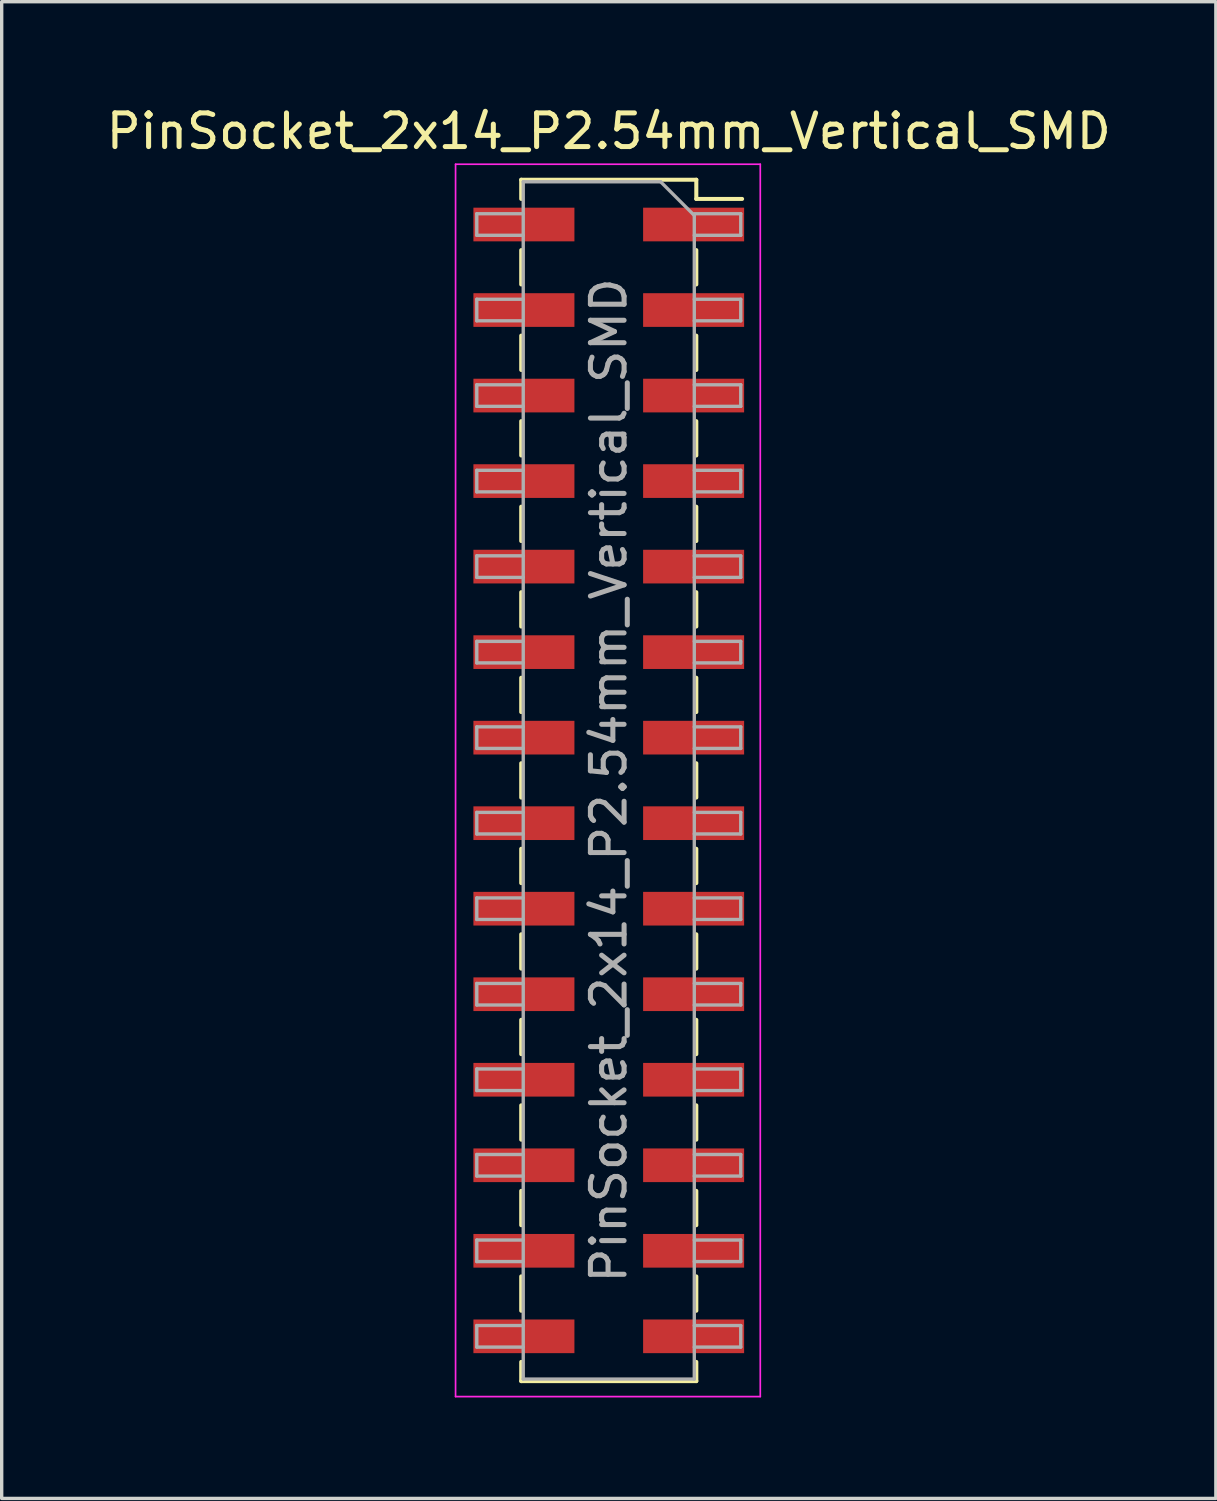
<source format=kicad_pcb>
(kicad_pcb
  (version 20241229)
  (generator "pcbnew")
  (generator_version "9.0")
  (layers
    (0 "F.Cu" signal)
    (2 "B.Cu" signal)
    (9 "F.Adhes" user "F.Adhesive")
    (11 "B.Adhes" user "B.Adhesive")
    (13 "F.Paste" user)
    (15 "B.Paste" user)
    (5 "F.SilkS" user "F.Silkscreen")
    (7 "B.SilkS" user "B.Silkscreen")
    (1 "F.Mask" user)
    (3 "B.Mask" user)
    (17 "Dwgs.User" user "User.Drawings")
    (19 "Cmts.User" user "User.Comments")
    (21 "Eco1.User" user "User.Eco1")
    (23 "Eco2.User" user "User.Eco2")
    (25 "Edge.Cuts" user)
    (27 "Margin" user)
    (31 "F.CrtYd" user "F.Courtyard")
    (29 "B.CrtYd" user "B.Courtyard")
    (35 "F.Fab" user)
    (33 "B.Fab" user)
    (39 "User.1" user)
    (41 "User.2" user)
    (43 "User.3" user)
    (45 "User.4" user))
  (footprint "PinSocket_2x14_P2.54mm_Vertical_SMD"
    (layer "F.Cu")
    (at 15.03 20.128)
    (property "Reference" "PinSocket_2x14_P2.54mm_Vertical_SMD" (at 0 -19.28 0) (layer "F.SilkS") (effects (font (size 1 1) (thickness 0.15))))
    (attr smd)
    (fp_line (start -2.6 -17.84) (end -2.6 -17.27) (stroke (width 0.12) (type solid)) (layer "F.SilkS"))
    (fp_line (start -2.6 -17.84) (end 2.6 -17.84) (stroke (width 0.12) (type solid)) (layer "F.SilkS"))
    (fp_line (start -2.6 -15.75) (end -2.6 -14.73) (stroke (width 0.12) (type solid)) (layer "F.SilkS"))
    (fp_line (start -2.6 -13.21) (end -2.6 -12.19) (stroke (width 0.12) (type solid)) (layer "F.SilkS"))
    (fp_line (start -2.6 -10.67) (end -2.6 -9.65) (stroke (width 0.12) (type solid)) (layer "F.SilkS"))
    (fp_line (start -2.6 -8.13) (end -2.6 -7.11) (stroke (width 0.12) (type solid)) (layer "F.SilkS"))
    (fp_line (start -2.6 -5.59) (end -2.6 -4.57) (stroke (width 0.12) (type solid)) (layer "F.SilkS"))
    (fp_line (start -2.6 -3.05) (end -2.6 -2.03) (stroke (width 0.12) (type solid)) (layer "F.SilkS"))
    (fp_line (start -2.6 -0.51) (end -2.6 0.51) (stroke (width 0.12) (type solid)) (layer "F.SilkS"))
    (fp_line (start -2.6 2.03) (end -2.6 3.05) (stroke (width 0.12) (type solid)) (layer "F.SilkS"))
    (fp_line (start -2.6 4.57) (end -2.6 5.59) (stroke (width 0.12) (type solid)) (layer "F.SilkS"))
    (fp_line (start -2.6 7.11) (end -2.6 8.13) (stroke (width 0.12) (type solid)) (layer "F.SilkS"))
    (fp_line (start -2.6 9.65) (end -2.6 10.67) (stroke (width 0.12) (type solid)) (layer "F.SilkS"))
    (fp_line (start -2.6 12.19) (end -2.6 13.21) (stroke (width 0.12) (type solid)) (layer "F.SilkS"))
    (fp_line (start -2.6 14.73) (end -2.6 15.75) (stroke (width 0.12) (type solid)) (layer "F.SilkS"))
    (fp_line (start -2.6 17.27) (end -2.6 17.84) (stroke (width 0.12) (type solid)) (layer "F.SilkS"))
    (fp_line (start -2.6 17.84) (end 2.6 17.84) (stroke (width 0.12) (type solid)) (layer "F.SilkS"))
    (fp_line (start 2.6 -17.84) (end 2.6 -17.27) (stroke (width 0.12) (type solid)) (layer "F.SilkS"))
    (fp_line (start 2.6 -17.27) (end 3.96 -17.27) (stroke (width 0.12) (type solid)) (layer "F.SilkS"))
    (fp_line (start 2.6 -15.75) (end 2.6 -14.73) (stroke (width 0.12) (type solid)) (layer "F.SilkS"))
    (fp_line (start 2.6 -13.21) (end 2.6 -12.19) (stroke (width 0.12) (type solid)) (layer "F.SilkS"))
    (fp_line (start 2.6 -10.67) (end 2.6 -9.65) (stroke (width 0.12) (type solid)) (layer "F.SilkS"))
    (fp_line (start 2.6 -8.13) (end 2.6 -7.11) (stroke (width 0.12) (type solid)) (layer "F.SilkS"))
    (fp_line (start 2.6 -5.59) (end 2.6 -4.57) (stroke (width 0.12) (type solid)) (layer "F.SilkS"))
    (fp_line (start 2.6 -3.05) (end 2.6 -2.03) (stroke (width 0.12) (type solid)) (layer "F.SilkS"))
    (fp_line (start 2.6 -0.51) (end 2.6 0.51) (stroke (width 0.12) (type solid)) (layer "F.SilkS"))
    (fp_line (start 2.6 2.03) (end 2.6 3.05) (stroke (width 0.12) (type solid)) (layer "F.SilkS"))
    (fp_line (start 2.6 4.57) (end 2.6 5.59) (stroke (width 0.12) (type solid)) (layer "F.SilkS"))
    (fp_line (start 2.6 7.11) (end 2.6 8.13) (stroke (width 0.12) (type solid)) (layer "F.SilkS"))
    (fp_line (start 2.6 9.65) (end 2.6 10.67) (stroke (width 0.12) (type solid)) (layer "F.SilkS"))
    (fp_line (start 2.6 12.19) (end 2.6 13.21) (stroke (width 0.12) (type solid)) (layer "F.SilkS"))
    (fp_line (start 2.6 14.73) (end 2.6 15.75) (stroke (width 0.12) (type solid)) (layer "F.SilkS"))
    (fp_line (start 2.6 17.27) (end 2.6 17.84) (stroke (width 0.12) (type solid)) (layer "F.SilkS"))
    (fp_line (start -4.55 -18.3) (end 4.5 -18.3) (stroke (width 0.05) (type solid)) (layer "F.CrtYd"))
    (fp_line (start -4.55 18.3) (end -4.55 -18.3) (stroke (width 0.05) (type solid)) (layer "F.CrtYd"))
    (fp_line (start 4.5 -18.3) (end 4.5 18.3) (stroke (width 0.05) (type solid)) (layer "F.CrtYd"))
    (fp_line (start 4.5 18.3) (end -4.55 18.3) (stroke (width 0.05) (type solid)) (layer "F.CrtYd"))
    (fp_line (start -3.92 -16.83) (end -2.54 -16.83) (stroke (width 0.1) (type solid)) (layer "F.Fab"))
    (fp_line (start -3.92 -16.19) (end -3.92 -16.83) (stroke (width 0.1) (type solid)) (layer "F.Fab"))
    (fp_line (start -3.92 -14.29) (end -2.54 -14.29) (stroke (width 0.1) (type solid)) (layer "F.Fab"))
    (fp_line (start -3.92 -13.65) (end -3.92 -14.29) (stroke (width 0.1) (type solid)) (layer "F.Fab"))
    (fp_line (start -3.92 -11.75) (end -2.54 -11.75) (stroke (width 0.1) (type solid)) (layer "F.Fab"))
    (fp_line (start -3.92 -11.11) (end -3.92 -11.75) (stroke (width 0.1) (type solid)) (layer "F.Fab"))
    (fp_line (start -3.92 -9.21) (end -2.54 -9.21) (stroke (width 0.1) (type solid)) (layer "F.Fab"))
    (fp_line (start -3.92 -8.57) (end -3.92 -9.21) (stroke (width 0.1) (type solid)) (layer "F.Fab"))
    (fp_line (start -3.92 -6.67) (end -2.54 -6.67) (stroke (width 0.1) (type solid)) (layer "F.Fab"))
    (fp_line (start -3.92 -6.03) (end -3.92 -6.67) (stroke (width 0.1) (type solid)) (layer "F.Fab"))
    (fp_line (start -3.92 -4.13) (end -2.54 -4.13) (stroke (width 0.1) (type solid)) (layer "F.Fab"))
    (fp_line (start -3.92 -3.49) (end -3.92 -4.13) (stroke (width 0.1) (type solid)) (layer "F.Fab"))
    (fp_line (start -3.92 -1.59) (end -2.54 -1.59) (stroke (width 0.1) (type solid)) (layer "F.Fab"))
    (fp_line (start -3.92 -0.95) (end -3.92 -1.59) (stroke (width 0.1) (type solid)) (layer "F.Fab"))
    (fp_line (start -3.92 0.95) (end -2.54 0.95) (stroke (width 0.1) (type solid)) (layer "F.Fab"))
    (fp_line (start -3.92 1.59) (end -3.92 0.95) (stroke (width 0.1) (type solid)) (layer "F.Fab"))
    (fp_line (start -3.92 3.49) (end -2.54 3.49) (stroke (width 0.1) (type solid)) (layer "F.Fab"))
    (fp_line (start -3.92 4.13) (end -3.92 3.49) (stroke (width 0.1) (type solid)) (layer "F.Fab"))
    (fp_line (start -3.92 6.03) (end -2.54 6.03) (stroke (width 0.1) (type solid)) (layer "F.Fab"))
    (fp_line (start -3.92 6.67) (end -3.92 6.03) (stroke (width 0.1) (type solid)) (layer "F.Fab"))
    (fp_line (start -3.92 8.57) (end -2.54 8.57) (stroke (width 0.1) (type solid)) (layer "F.Fab"))
    (fp_line (start -3.92 9.21) (end -3.92 8.57) (stroke (width 0.1) (type solid)) (layer "F.Fab"))
    (fp_line (start -3.92 11.11) (end -2.54 11.11) (stroke (width 0.1) (type solid)) (layer "F.Fab"))
    (fp_line (start -3.92 11.75) (end -3.92 11.11) (stroke (width 0.1) (type solid)) (layer "F.Fab"))
    (fp_line (start -3.92 13.65) (end -2.54 13.65) (stroke (width 0.1) (type solid)) (layer "F.Fab"))
    (fp_line (start -3.92 14.29) (end -3.92 13.65) (stroke (width 0.1) (type solid)) (layer "F.Fab"))
    (fp_line (start -3.92 16.19) (end -2.54 16.19) (stroke (width 0.1) (type solid)) (layer "F.Fab"))
    (fp_line (start -3.92 16.83) (end -3.92 16.19) (stroke (width 0.1) (type solid)) (layer "F.Fab"))
    (fp_line (start -2.54 -17.78) (end 1.54 -17.78) (stroke (width 0.1) (type solid)) (layer "F.Fab"))
    (fp_line (start -2.54 -16.19) (end -3.92 -16.19) (stroke (width 0.1) (type solid)) (layer "F.Fab"))
    (fp_line (start -2.54 -13.65) (end -3.92 -13.65) (stroke (width 0.1) (type solid)) (layer "F.Fab"))
    (fp_line (start -2.54 -11.11) (end -3.92 -11.11) (stroke (width 0.1) (type solid)) (layer "F.Fab"))
    (fp_line (start -2.54 -8.57) (end -3.92 -8.57) (stroke (width 0.1) (type solid)) (layer "F.Fab"))
    (fp_line (start -2.54 -6.03) (end -3.92 -6.03) (stroke (width 0.1) (type solid)) (layer "F.Fab"))
    (fp_line (start -2.54 -3.49) (end -3.92 -3.49) (stroke (width 0.1) (type solid)) (layer "F.Fab"))
    (fp_line (start -2.54 -0.95) (end -3.92 -0.95) (stroke (width 0.1) (type solid)) (layer "F.Fab"))
    (fp_line (start -2.54 1.59) (end -3.92 1.59) (stroke (width 0.1) (type solid)) (layer "F.Fab"))
    (fp_line (start -2.54 4.13) (end -3.92 4.13) (stroke (width 0.1) (type solid)) (layer "F.Fab"))
    (fp_line (start -2.54 6.67) (end -3.92 6.67) (stroke (width 0.1) (type solid)) (layer "F.Fab"))
    (fp_line (start -2.54 9.21) (end -3.92 9.21) (stroke (width 0.1) (type solid)) (layer "F.Fab"))
    (fp_line (start -2.54 11.75) (end -3.92 11.75) (stroke (width 0.1) (type solid)) (layer "F.Fab"))
    (fp_line (start -2.54 14.29) (end -3.92 14.29) (stroke (width 0.1) (type solid)) (layer "F.Fab"))
    (fp_line (start -2.54 16.83) (end -3.92 16.83) (stroke (width 0.1) (type solid)) (layer "F.Fab"))
    (fp_line (start -2.54 17.78) (end -2.54 -17.78) (stroke (width 0.1) (type solid)) (layer "F.Fab"))
    (fp_line (start 1.54 -17.78) (end 2.54 -16.78) (stroke (width 0.1) (type solid)) (layer "F.Fab"))
    (fp_line (start 2.54 -16.83) (end 3.92 -16.83) (stroke (width 0.1) (type solid)) (layer "F.Fab"))
    (fp_line (start 2.54 -16.78) (end 2.54 17.78) (stroke (width 0.1) (type solid)) (layer "F.Fab"))
    (fp_line (start 2.54 -14.29) (end 3.92 -14.29) (stroke (width 0.1) (type solid)) (layer "F.Fab"))
    (fp_line (start 2.54 -11.75) (end 3.92 -11.75) (stroke (width 0.1) (type solid)) (layer "F.Fab"))
    (fp_line (start 2.54 -9.21) (end 3.92 -9.21) (stroke (width 0.1) (type solid)) (layer "F.Fab"))
    (fp_line (start 2.54 -6.67) (end 3.92 -6.67) (stroke (width 0.1) (type solid)) (layer "F.Fab"))
    (fp_line (start 2.54 -4.13) (end 3.92 -4.13) (stroke (width 0.1) (type solid)) (layer "F.Fab"))
    (fp_line (start 2.54 -1.59) (end 3.92 -1.59) (stroke (width 0.1) (type solid)) (layer "F.Fab"))
    (fp_line (start 2.54 0.95) (end 3.92 0.95) (stroke (width 0.1) (type solid)) (layer "F.Fab"))
    (fp_line (start 2.54 3.49) (end 3.92 3.49) (stroke (width 0.1) (type solid)) (layer "F.Fab"))
    (fp_line (start 2.54 6.03) (end 3.92 6.03) (stroke (width 0.1) (type solid)) (layer "F.Fab"))
    (fp_line (start 2.54 8.57) (end 3.92 8.57) (stroke (width 0.1) (type solid)) (layer "F.Fab"))
    (fp_line (start 2.54 11.11) (end 3.92 11.11) (stroke (width 0.1) (type solid)) (layer "F.Fab"))
    (fp_line (start 2.54 13.65) (end 3.92 13.65) (stroke (width 0.1) (type solid)) (layer "F.Fab"))
    (fp_line (start 2.54 16.19) (end 3.92 16.19) (stroke (width 0.1) (type solid)) (layer "F.Fab"))
    (fp_line (start 2.54 17.78) (end -2.54 17.78) (stroke (width 0.1) (type solid)) (layer "F.Fab"))
    (fp_line (start 3.92 -16.83) (end 3.92 -16.19) (stroke (width 0.1) (type solid)) (layer "F.Fab"))
    (fp_line (start 3.92 -16.19) (end 2.54 -16.19) (stroke (width 0.1) (type solid)) (layer "F.Fab"))
    (fp_line (start 3.92 -14.29) (end 3.92 -13.65) (stroke (width 0.1) (type solid)) (layer "F.Fab"))
    (fp_line (start 3.92 -13.65) (end 2.54 -13.65) (stroke (width 0.1) (type solid)) (layer "F.Fab"))
    (fp_line (start 3.92 -11.75) (end 3.92 -11.11) (stroke (width 0.1) (type solid)) (layer "F.Fab"))
    (fp_line (start 3.92 -11.11) (end 2.54 -11.11) (stroke (width 0.1) (type solid)) (layer "F.Fab"))
    (fp_line (start 3.92 -9.21) (end 3.92 -8.57) (stroke (width 0.1) (type solid)) (layer "F.Fab"))
    (fp_line (start 3.92 -8.57) (end 2.54 -8.57) (stroke (width 0.1) (type solid)) (layer "F.Fab"))
    (fp_line (start 3.92 -6.67) (end 3.92 -6.03) (stroke (width 0.1) (type solid)) (layer "F.Fab"))
    (fp_line (start 3.92 -6.03) (end 2.54 -6.03) (stroke (width 0.1) (type solid)) (layer "F.Fab"))
    (fp_line (start 3.92 -4.13) (end 3.92 -3.49) (stroke (width 0.1) (type solid)) (layer "F.Fab"))
    (fp_line (start 3.92 -3.49) (end 2.54 -3.49) (stroke (width 0.1) (type solid)) (layer "F.Fab"))
    (fp_line (start 3.92 -1.59) (end 3.92 -0.95) (stroke (width 0.1) (type solid)) (layer "F.Fab"))
    (fp_line (start 3.92 -0.95) (end 2.54 -0.95) (stroke (width 0.1) (type solid)) (layer "F.Fab"))
    (fp_line (start 3.92 0.95) (end 3.92 1.59) (stroke (width 0.1) (type solid)) (layer "F.Fab"))
    (fp_line (start 3.92 1.59) (end 2.54 1.59) (stroke (width 0.1) (type solid)) (layer "F.Fab"))
    (fp_line (start 3.92 3.49) (end 3.92 4.13) (stroke (width 0.1) (type solid)) (layer "F.Fab"))
    (fp_line (start 3.92 4.13) (end 2.54 4.13) (stroke (width 0.1) (type solid)) (layer "F.Fab"))
    (fp_line (start 3.92 6.03) (end 3.92 6.67) (stroke (width 0.1) (type solid)) (layer "F.Fab"))
    (fp_line (start 3.92 6.67) (end 2.54 6.67) (stroke (width 0.1) (type solid)) (layer "F.Fab"))
    (fp_line (start 3.92 8.57) (end 3.92 9.21) (stroke (width 0.1) (type solid)) (layer "F.Fab"))
    (fp_line (start 3.92 9.21) (end 2.54 9.21) (stroke (width 0.1) (type solid)) (layer "F.Fab"))
    (fp_line (start 3.92 11.11) (end 3.92 11.75) (stroke (width 0.1) (type solid)) (layer "F.Fab"))
    (fp_line (start 3.92 11.75) (end 2.54 11.75) (stroke (width 0.1) (type solid)) (layer "F.Fab"))
    (fp_line (start 3.92 13.65) (end 3.92 14.29) (stroke (width 0.1) (type solid)) (layer "F.Fab"))
    (fp_line (start 3.92 14.29) (end 2.54 14.29) (stroke (width 0.1) (type solid)) (layer "F.Fab"))
    (fp_line (start 3.92 16.19) (end 3.92 16.83) (stroke (width 0.1) (type solid)) (layer "F.Fab"))
    (fp_line (start 3.92 16.83) (end 2.54 16.83) (stroke (width 0.1) (type solid)) (layer "F.Fab"))
    (fp_text user "${REFERENCE}" (at 0 0 90) (layer "F.Fab") (effects (font (size 1 1) (thickness 0.15))))
    (pad "1" smd rect (at 2.52 -16.51) (size 3 1) (layers "F.Cu" "F.Mask" "F.Paste"))
    (pad "2" smd rect (at -2.52 -16.51) (size 3 1) (layers "F.Cu" "F.Mask" "F.Paste"))
    (pad "3" smd rect (at 2.52 -13.97) (size 3 1) (layers "F.Cu" "F.Mask" "F.Paste"))
    (pad "4" smd rect (at -2.52 -13.97) (size 3 1) (layers "F.Cu" "F.Mask" "F.Paste"))
    (pad "5" smd rect (at 2.52 -11.43) (size 3 1) (layers "F.Cu" "F.Mask" "F.Paste"))
    (pad "6" smd rect (at -2.52 -11.43) (size 3 1) (layers "F.Cu" "F.Mask" "F.Paste"))
    (pad "7" smd rect (at 2.52 -8.89) (size 3 1) (layers "F.Cu" "F.Mask" "F.Paste"))
    (pad "8" smd rect (at -2.52 -8.89) (size 3 1) (layers "F.Cu" "F.Mask" "F.Paste"))
    (pad "9" smd rect (at 2.52 -6.35) (size 3 1) (layers "F.Cu" "F.Mask" "F.Paste"))
    (pad "10" smd rect (at -2.52 -6.35) (size 3 1) (layers "F.Cu" "F.Mask" "F.Paste"))
    (pad "11" smd rect (at 2.52 -3.81) (size 3 1) (layers "F.Cu" "F.Mask" "F.Paste"))
    (pad "12" smd rect (at -2.52 -3.81) (size 3 1) (layers "F.Cu" "F.Mask" "F.Paste"))
    (pad "13" smd rect (at 2.52 -1.27) (size 3 1) (layers "F.Cu" "F.Mask" "F.Paste"))
    (pad "14" smd rect (at -2.52 -1.27) (size 3 1) (layers "F.Cu" "F.Mask" "F.Paste"))
    (pad "15" smd rect (at 2.52 1.27) (size 3 1) (layers "F.Cu" "F.Mask" "F.Paste"))
    (pad "16" smd rect (at -2.52 1.27) (size 3 1) (layers "F.Cu" "F.Mask" "F.Paste"))
    (pad "17" smd rect (at 2.52 3.81) (size 3 1) (layers "F.Cu" "F.Mask" "F.Paste"))
    (pad "18" smd rect (at -2.52 3.81) (size 3 1) (layers "F.Cu" "F.Mask" "F.Paste"))
    (pad "19" smd rect (at 2.52 6.35) (size 3 1) (layers "F.Cu" "F.Mask" "F.Paste"))
    (pad "20" smd rect (at -2.52 6.35) (size 3 1) (layers "F.Cu" "F.Mask" "F.Paste"))
    (pad "21" smd rect (at 2.52 8.89) (size 3 1) (layers "F.Cu" "F.Mask" "F.Paste"))
    (pad "22" smd rect (at -2.52 8.89) (size 3 1) (layers "F.Cu" "F.Mask" "F.Paste"))
    (pad "23" smd rect (at 2.52 11.43) (size 3 1) (layers "F.Cu" "F.Mask" "F.Paste"))
    (pad "24" smd rect (at -2.52 11.43) (size 3 1) (layers "F.Cu" "F.Mask" "F.Paste"))
    (pad "25" smd rect (at 2.52 13.97) (size 3 1) (layers "F.Cu" "F.Mask" "F.Paste"))
    (pad "26" smd rect (at -2.52 13.97) (size 3 1) (layers "F.Cu" "F.Mask" "F.Paste"))
    (pad "27" smd rect (at 2.52 16.51) (size 3 1) (layers "F.Cu" "F.Mask" "F.Paste"))
    (pad "28" smd rect (at -2.52 16.51) (size 3 1) (layers "F.Cu" "F.Mask" "F.Paste")))
  (gr_rect
    (start -3 -3)
    (end 33.06 41.453)
    (stroke (width 0.1) (type default))
    (fill no)
    (layer "Edge.Cuts")))
</source>
